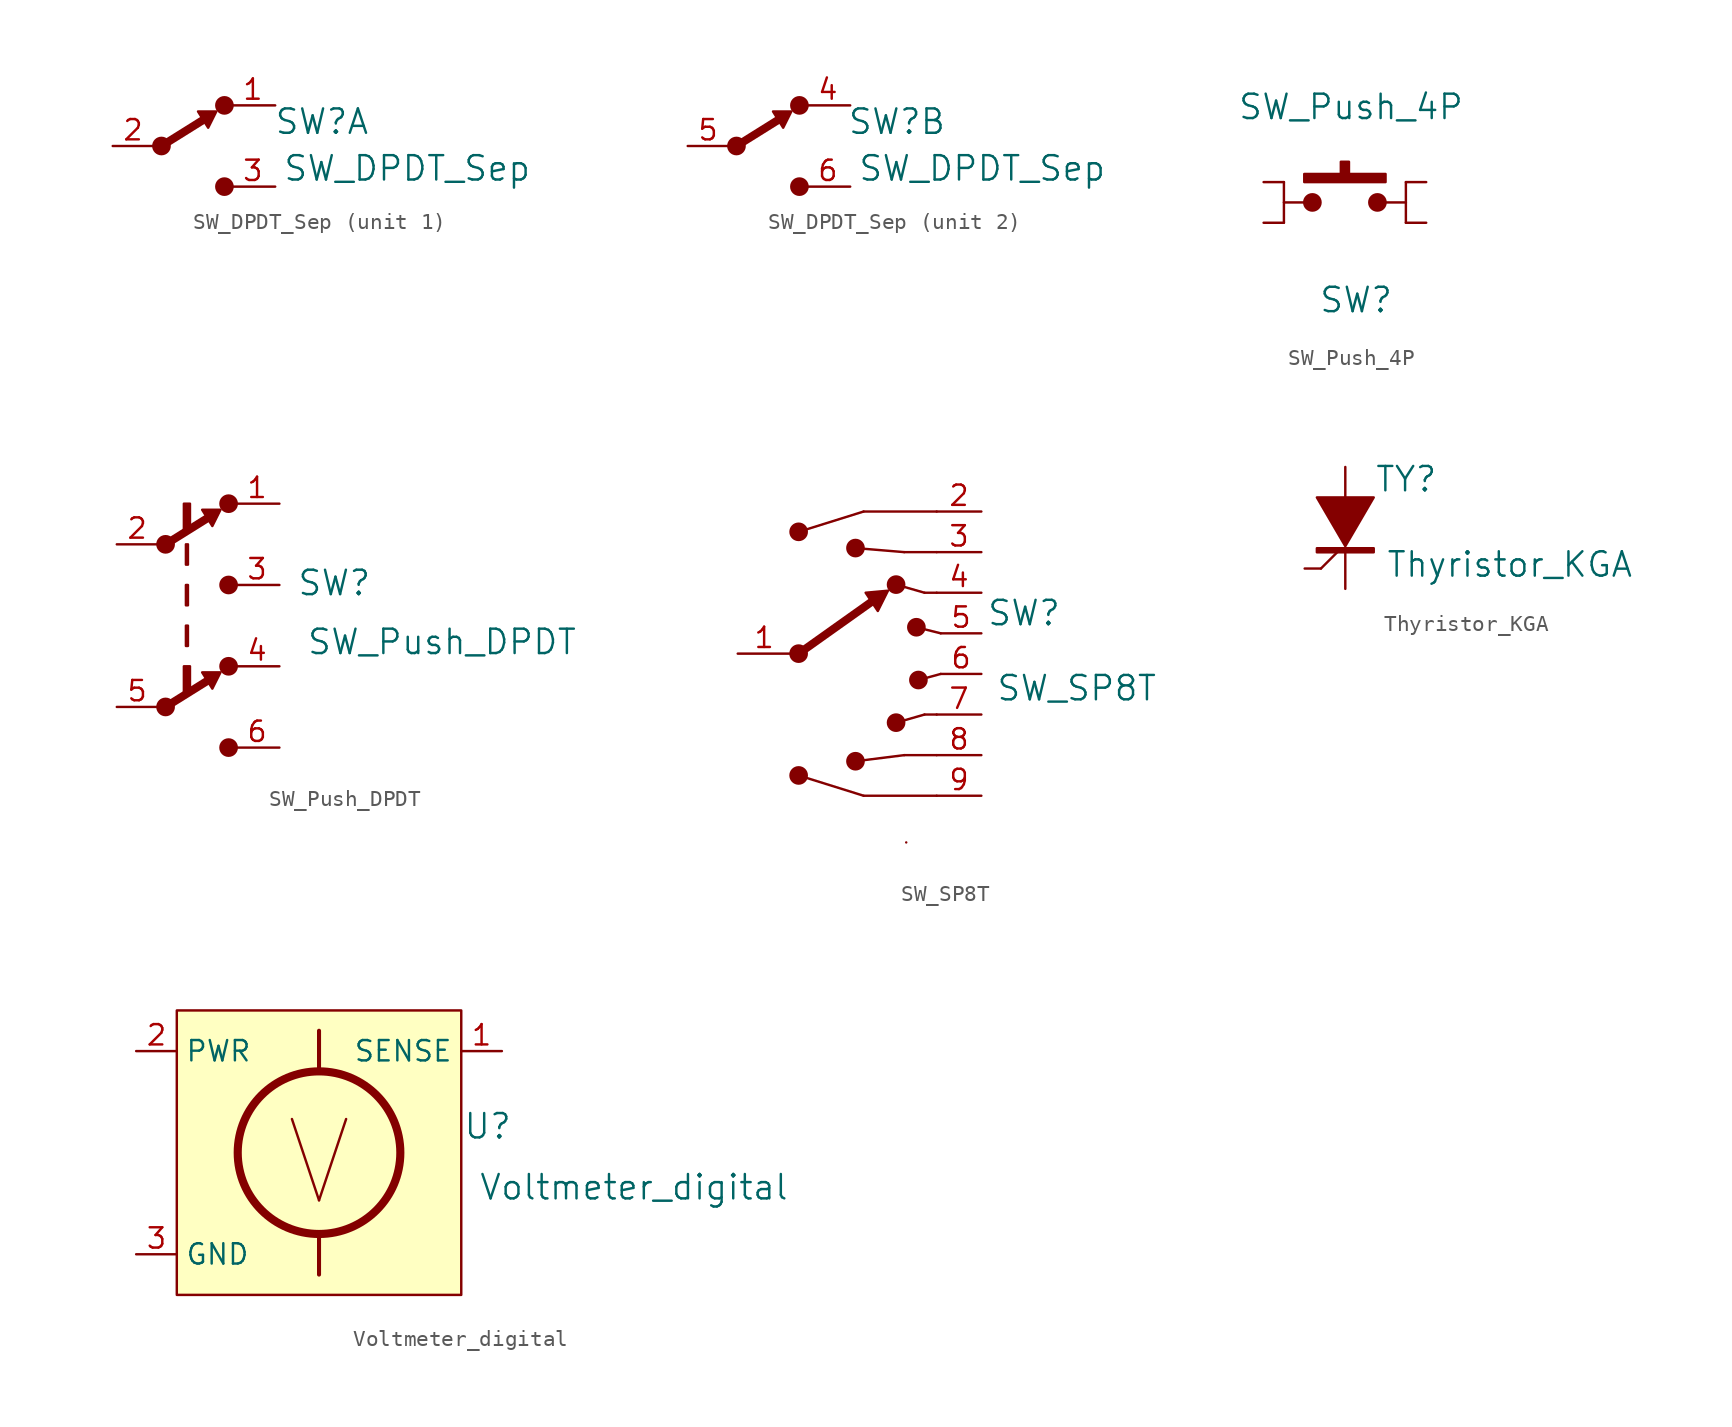
<source format=kicad_sym>
(kicad_symbol_lib
  (version 20211014)
  (generator kicad_symbol_editor)
  (symbol "SW_DPDT_Sep"
    (pin_names
      (offset 0) hide)
    (property "Reference" "SW"
      (at 8.001 1.524 0)
      (effects (font (size 1.524 1.524))))
    (property "Value" "SW_DPDT_Sep"
      (at 13.335 -1.397 0)
      (effects (font (size 1.524 1.524))))
    (symbol "SW_DPDT_Sep_0_0"
      (circle (center -2.032 0) (radius 0.508) (stroke (width 0) (type default) (color 0 0 0 0)) (fill (type outline)))
      (polyline (pts (xy -2.032 0) (xy 1.016 1.905)) (stroke (width 0.508) (type default) (color 0 0 0 0)) (fill (type none)))
      (polyline (pts (xy 0.254 2.159) (xy 1.397 2.159) (xy 0.889 1.143) (xy 0.254 2.159)) (stroke (width 0) (type default) (color 0 0 0 0)) (fill (type outline)))
      (circle (center 1.905 -2.54) (radius 0.508) (stroke (width 0) (type default) (color 0 0 0 0)) (fill (type outline))))
    (symbol "SW_DPDT_Sep_0_1"
      (circle (center 1.905 2.54) (radius 0.508) (stroke (width 0) (type default) (color 0 0 0 0)) (fill (type outline))))
    (symbol "SW_DPDT_Sep_1_1"
      (pin passive line (at 5.08 2.54 180) (length 2.794) (name "A1" (effects (font (size 1.27 1.27)))) (number "1" (effects (font (size 1.27 1.27)))))
      (pin passive line (at -5.08 0 0) (length 2.54) (name "B1" (effects (font (size 1.27 1.27)))) (number "2" (effects (font (size 1.27 1.27)))))
      (pin passive line (at 5.08 -2.54 180) (length 2.794) (name "C1" (effects (font (size 1.27 1.27)))) (number "3" (effects (font (size 1.27 1.27))))))
    (symbol "SW_DPDT_Sep_2_1"
      (pin passive line (at 5.08 2.54 180) (length 2.794) (name "A2" (effects (font (size 1.27 1.27)))) (number "4" (effects (font (size 1.27 1.27)))))
      (pin passive line (at -5.08 0 0) (length 2.54) (name "B2" (effects (font (size 1.27 1.27)))) (number "5" (effects (font (size 1.27 1.27)))))
      (pin passive line (at 5.08 -2.54 180) (length 2.794) (name "C2" (effects (font (size 1.27 1.27)))) (number "6" (effects (font (size 1.27 1.27)))))))
  (symbol "SW_Push_4P"
    (pin_numbers hide)
    (pin_names
      (offset 1.016) hide)
    (property "Reference" "SW"
      (at -1.651 -6.096 0)
      (effects (font (size 1.524 1.524)) (justify left)))
    (property "Value" "SW_Push_4P"
      (at 0.381 5.969 0)
      (effects (font (size 1.524 1.524))))
    (symbol "SW_Push_4P_0_1"
      (rectangle (start -2.54 1.778) (end 2.54 1.27) (stroke (width 0) (type default) (color 0 0 0 0)) (fill (type outline)))
      (circle (center -2.032 0) (radius 0.508) (stroke (width 0) (type default) (color 0 0 0 0)) (fill (type outline)))
      (rectangle (start -0.254 2.54) (end 0.254 1.524) (stroke (width 0) (type default) (color 0 0 0 0)) (fill (type outline)))
      (polyline (pts (xy -3.81 0) (xy -2.032 0)) (stroke (width 0) (type default) (color 0 0 0 0)) (fill (type none)))
      (polyline (pts (xy -3.81 1.27) (xy -3.81 -1.27)) (stroke (width 0) (type default) (color 0 0 0 0)) (fill (type none)))
      (polyline (pts (xy 2.032 0) (xy 3.81 0)) (stroke (width 0) (type default) (color 0 0 0 0)) (fill (type none)))
      (polyline (pts (xy 3.81 1.27) (xy 3.81 -1.27)) (stroke (width 0) (type default) (color 0 0 0 0)) (fill (type none)))
      (circle (center 2.032 0) (radius 0.508) (stroke (width 0) (type default) (color 0 0 0 0)) (fill (type outline)))
      (pin passive line (at -5.08 1.27 0) (length 1.27) (name "1A" (effects (font (size 1.27 1.27)))) (number "1" (effects (font (size 1.27 1.27)))))
      (pin passive line (at 5.08 1.27 180) (length 1.27) (name "2A" (effects (font (size 1.27 1.27)))) (number "2" (effects (font (size 1.27 1.27)))))
      (pin passive line (at -5.08 -1.27 0) (length 1.27) (name "1B" (effects (font (size 1.27 1.27)))) (number "3" (effects (font (size 1.27 1.27)))))
      (pin passive line (at 5.08 -1.27 180) (length 1.27) (name "2B" (effects (font (size 1.27 1.27)))) (number "4" (effects (font (size 1.27 1.27)))))))
  (symbol "SW_Push_DPDT"
    (pin_names
      (offset 0) hide)
    (property "Reference" "SW"
      (at 8.509 -2.413 0)
      (effects (font (size 1.524 1.524))))
    (property "Value" "SW_Push_DPDT"
      (at 15.24 -6.096 0)
      (effects (font (size 1.524 1.524))))
    (symbol "SW_Push_DPDT_0_0"
      (circle (center -2.032 -10.16) (radius 0.508) (stroke (width 0) (type default) (color 0 0 0 0)) (fill (type outline)))
      (circle (center -2.032 0) (radius 0.508) (stroke (width 0) (type default) (color 0 0 0 0)) (fill (type outline)))
      (rectangle (start -0.889 -7.62) (end -0.508 -9.271) (stroke (width 0) (type default) (color 0 0 0 0)) (fill (type outline)))
      (rectangle (start -0.889 2.54) (end -0.508 0.889) (stroke (width 0) (type default) (color 0 0 0 0)) (fill (type outline)))
      (rectangle (start -0.762 -5.08) (end -0.635 -6.35) (stroke (width 0) (type default) (color 0 0 0 0)) (fill (type outline)))
      (rectangle (start -0.762 -2.54) (end -0.635 -3.81) (stroke (width 0) (type default) (color 0 0 0 0)) (fill (type outline)))
      (rectangle (start -0.762 0) (end -0.635 -1.27) (stroke (width 0) (type default) (color 0 0 0 0)) (fill (type outline)))
      (polyline (pts (xy -2.032 -10.16) (xy 1.016 -8.255)) (stroke (width 0.508) (type default) (color 0 0 0 0)) (fill (type none)))
      (polyline (pts (xy -2.032 0) (xy 1.016 1.905)) (stroke (width 0.508) (type default) (color 0 0 0 0)) (fill (type none)))
      (polyline (pts (xy 0.254 -8.001) (xy 1.397 -8.001) (xy 0.889 -9.017) (xy 0.254 -8.001)) (stroke (width 0) (type default) (color 0 0 0 0)) (fill (type outline)))
      (polyline (pts (xy 0.254 2.159) (xy 1.397 2.159) (xy 0.889 1.143) (xy 0.254 2.159)) (stroke (width 0) (type default) (color 0 0 0 0)) (fill (type outline)))
      (circle (center 1.905 -12.7) (radius 0.508) (stroke (width 0) (type default) (color 0 0 0 0)) (fill (type outline)))
      (circle (center 1.905 -2.54) (radius 0.508) (stroke (width 0) (type default) (color 0 0 0 0)) (fill (type outline))))
    (symbol "SW_Push_DPDT_0_1"
      (circle (center 1.905 -7.62) (radius 0.508) (stroke (width 0) (type default) (color 0 0 0 0)) (fill (type outline)))
      (circle (center 1.905 2.54) (radius 0.508) (stroke (width 0) (type default) (color 0 0 0 0)) (fill (type outline))))
    (symbol "SW_Push_DPDT_1_1"
      (pin passive line (at 5.08 2.54 180) (length 2.794) (name "A1" (effects (font (size 1.27 1.27)))) (number "1" (effects (font (size 1.27 1.27)))))
      (pin passive line (at -5.08 0 0) (length 2.54) (name "B1" (effects (font (size 1.27 1.27)))) (number "2" (effects (font (size 1.27 1.27)))))
      (pin passive line (at 5.08 -2.54 180) (length 2.794) (name "C1" (effects (font (size 1.27 1.27)))) (number "3" (effects (font (size 1.27 1.27)))))
      (pin passive line (at 5.08 -7.62 180) (length 2.794) (name "A2" (effects (font (size 1.27 1.27)))) (number "4" (effects (font (size 1.27 1.27)))))
      (pin passive line (at -5.08 -10.16 0) (length 2.54) (name "B2" (effects (font (size 1.27 1.27)))) (number "5" (effects (font (size 1.27 1.27)))))
      (pin passive line (at 5.08 -12.7 180) (length 2.794) (name "C2" (effects (font (size 1.27 1.27)))) (number "6" (effects (font (size 1.27 1.27)))))))
  (symbol "SW_SP8T"
    (pin_names
      (offset 0.002) hide)
    (property "Reference" "SW"
      (at 14.097 2.54 0)
      (effects (font (size 1.524 1.524))))
    (property "Value" "SW_SP8T"
      (at 17.399 -2.159 0)
      (effects (font (size 1.524 1.524))))
    (symbol "SW_SP8T_0_0"
      (polyline (pts (xy 0 0) (xy 4.826 3.429)) (stroke (width 0.508) (type default) (color 0 0 0 0)) (fill (type none)))
      (circle (center 0 0) (radius 0.508) (stroke (width 0) (type default) (color 0 0 0 0)) (fill (type outline)))
      (circle (center 0 7.62) (radius 0.508) (stroke (width 0) (type default) (color 0 0 0 0)) (fill (type outline)))
      (circle (center 3.556 -6.731) (radius 0.508) (stroke (width 0) (type default) (color 0 0 0 0)) (fill (type outline)))
      (circle (center 3.556 6.604) (radius 0.508) (stroke (width 0) (type default) (color 0 0 0 0)) (fill (type outline)))
      (circle (center 6.096 -4.318) (radius 0.508) (stroke (width 0) (type default) (color 0 0 0 0)) (fill (type outline)))
      (circle (center 6.096 4.318) (radius 0.508) (stroke (width 0) (type default) (color 0 0 0 0)) (fill (type outline)))
      (circle (center 7.366 1.651) (radius 0.508) (stroke (width 0) (type default) (color 0 0 0 0)) (fill (type outline)))
      (circle (center 7.493 -1.651) (radius 0.508) (stroke (width 0) (type default) (color 0 0 0 0)) (fill (type outline))))
    (symbol "SW_SP8T_0_1"
      (circle (center 0 -7.62) (radius 0.508) (stroke (width 0) (type default) (color 0 0 0 0)) (fill (type outline)))
      (polyline (pts (xy 0 -7.62) (xy 4.064 -8.89)) (stroke (width 0) (type default) (color 0 0 0 0)) (fill (type none)))
      (polyline (pts (xy 0 7.62) (xy 4.064 8.89)) (stroke (width 0) (type default) (color 0 0 0 0)) (fill (type none)))
      (polyline (pts (xy 3.556 -6.731) (xy 6.604 -6.35)) (stroke (width 0) (type default) (color 0 0 0 0)) (fill (type none)))
      (polyline (pts (xy 3.556 6.604) (xy 6.604 6.35)) (stroke (width 0) (type default) (color 0 0 0 0)) (fill (type none)))
      (polyline (pts (xy 6.096 -4.318) (xy 7.874 -3.81)) (stroke (width 0) (type default) (color 0 0 0 0)) (fill (type none)))
      (polyline (pts (xy 6.096 4.318) (xy 7.874 3.81)) (stroke (width 0) (type default) (color 0 0 0 0)) (fill (type none)))
      (polyline (pts (xy 7.366 1.651) (xy 8.89 1.27)) (stroke (width 0) (type default) (color 0 0 0 0)) (fill (type none)))
      (polyline (pts (xy 7.493 -1.651) (xy 8.89 -1.27)) (stroke (width 0) (type default) (color 0 0 0 0)) (fill (type none)))
      (polyline (pts (xy 8.636 -8.89) (xy 4.064 -8.89)) (stroke (width 0) (type default) (color 0 0 0 0)) (fill (type none)))
      (polyline (pts (xy 8.636 -6.35) (xy 6.604 -6.35)) (stroke (width 0) (type default) (color 0 0 0 0)) (fill (type none)))
      (polyline (pts (xy 8.636 -3.81) (xy 7.874 -3.81)) (stroke (width 0) (type default) (color 0 0 0 0)) (fill (type none)))
      (polyline (pts (xy 8.636 3.81) (xy 7.874 3.81)) (stroke (width 0) (type default) (color 0 0 0 0)) (fill (type none)))
      (polyline (pts (xy 8.636 6.35) (xy 6.604 6.35)) (stroke (width 0) (type default) (color 0 0 0 0)) (fill (type none)))
      (polyline (pts (xy 8.636 8.89) (xy 4.064 8.89)) (stroke (width 0) (type default) (color 0 0 0 0)) (fill (type none)))
      (polyline (pts (xy 5.588 3.937) (xy 4.953 2.667) (xy 4.191 3.81) (xy 5.588 3.937)) (stroke (width 0) (type default) (color 0 0 0 0)) (fill (type outline)))
      (arc (start 6.731 -11.811) (mid 6.731 -11.811) (end 6.731 -11.811) (stroke (width 0) (type default) (color 0 0 0 0)) (fill (type none))))
    (symbol "SW_SP8T_1_1"
      (pin passive line (at -3.81 0 0) (length 3.302) (name "1" (effects (font (size 1.27 1.27)))) (number "1" (effects (font (size 1.27 1.27)))))
      (pin passive line (at 11.43 8.89 180) (length 2.794) (name "2" (effects (font (size 1.27 1.27)))) (number "2" (effects (font (size 1.27 1.27)))))
      (pin passive line (at 11.43 6.35 180) (length 2.794) (name "3" (effects (font (size 1.27 1.27)))) (number "3" (effects (font (size 1.27 1.27)))))
      (pin passive line (at 11.43 3.81 180) (length 2.794) (name "4" (effects (font (size 1.27 1.27)))) (number "4" (effects (font (size 1.27 1.27)))))
      (pin passive line (at 11.43 1.27 180) (length 2.54) (name "5" (effects (font (size 1.27 1.27)))) (number "5" (effects (font (size 1.27 1.27)))))
      (pin passive line (at 11.43 -1.27 180) (length 2.54) (name "6" (effects (font (size 1.27 1.27)))) (number "6" (effects (font (size 1.27 1.27)))))
      (pin passive line (at 11.43 -3.81 180) (length 2.794) (name "7" (effects (font (size 1.27 1.27)))) (number "7" (effects (font (size 1.27 1.27)))))
      (pin passive line (at 11.43 -6.35 180) (length 2.794) (name "8" (effects (font (size 1.27 1.27)))) (number "8" (effects (font (size 1.27 1.27)))))
      (pin passive line (at 11.43 -8.89 180) (length 2.794) (name "9" (effects (font (size 1.27 1.27)))) (number "9" (effects (font (size 1.27 1.27)))))))
  (symbol "Thyristor_KGA"
    (pin_numbers hide)
    (pin_names
      (offset 0) hide)
    (property "Reference" "TY"
      (at 3.81 3.048 0)
      (effects (font (size 1.524 1.524))))
    (property "Value" "Thyristor_KGA"
      (at 10.287 -2.286 0)
      (effects (font (size 1.524 1.524))))
    (symbol "Thyristor_KGA_0_1"
      (rectangle (start -1.778 -1.524) (end 1.778 -1.27) (stroke (width 0) (type default) (color 0 0 0 0)) (fill (type outline)))
      (polyline (pts (xy -0.254 -1.27) (xy -1.524 -2.54)) (stroke (width 0) (type default) (color 0 0 0 0)) (fill (type none)))
      (polyline (pts (xy 0 -1.143) (xy -1.778 1.905) (xy 1.778 1.905) (xy 0 -1.143)) (stroke (width 0) (type default) (color 0 0 0 0)) (fill (type outline))))
    (symbol "Thyristor_KGA_1_1"
      (pin passive line (at 0 -3.81 90) (length 2.54) (name "K" (effects (font (size 1.27 1.27)))) (number "1" (effects (font (size 1.27 1.27)))))
      (pin input line (at -2.54 -2.54 0) (length 1.016) (name "G" (effects (font (size 1.27 1.27)))) (number "2" (effects (font (size 1.27 1.27)))))
      (pin passive line (at 0 3.81 270) (length 2.54) (name "A" (effects (font (size 1.27 1.27)))) (number "3" (effects (font (size 1.27 1.27)))))))
  (symbol "Voltmeter_digital"
    (property "Reference" "U"
      (at 10.541 1.651 0)
      (effects (font (size 1.524 1.524))))
    (property "Value" "Voltmeter_digital"
      (at 19.685 -2.159 0)
      (effects (font (size 1.524 1.524))))
    (symbol "Voltmeter_digital_0_0"
      (text "V" (at 0 -0.635 0) (effects (font (size 5.08 5.08)))))
    (symbol "Voltmeter_digital_0_1"
      (rectangle (start -8.89 8.89) (end 8.89 -8.89) (stroke (width 0) (type default) (color 0 0 0 0)) (fill (type background)))
      (polyline (pts (xy 0 -7.62) (xy 0 -5.08)) (stroke (width 0.254) (type default) (color 0 0 0 0)) (fill (type none)))
      (polyline (pts (xy 0 7.62) (xy 0 5.08)) (stroke (width 0.254) (type default) (color 0 0 0 0)) (fill (type none)))
      (circle (center 0 0) (radius 5.082) (stroke (width 0.508) (type default) (color 0 0 0 0)) (fill (type none))))
    (symbol "Voltmeter_digital_1_1"
      (pin passive line (at 11.43 6.35 180) (length 2.54) (name "SENSE" (effects (font (size 1.27 1.27)))) (number "1" (effects (font (size 1.27 1.27)))))
      (pin passive line (at -11.43 6.35 0) (length 2.54) (name "PWR" (effects (font (size 1.27 1.27)))) (number "2" (effects (font (size 1.27 1.27)))))
      (pin passive line (at -11.43 -6.35 0) (length 2.54) (name "GND" (effects (font (size 1.27 1.27)))) (number "3" (effects (font (size 1.27 1.27))))))))
</source>
